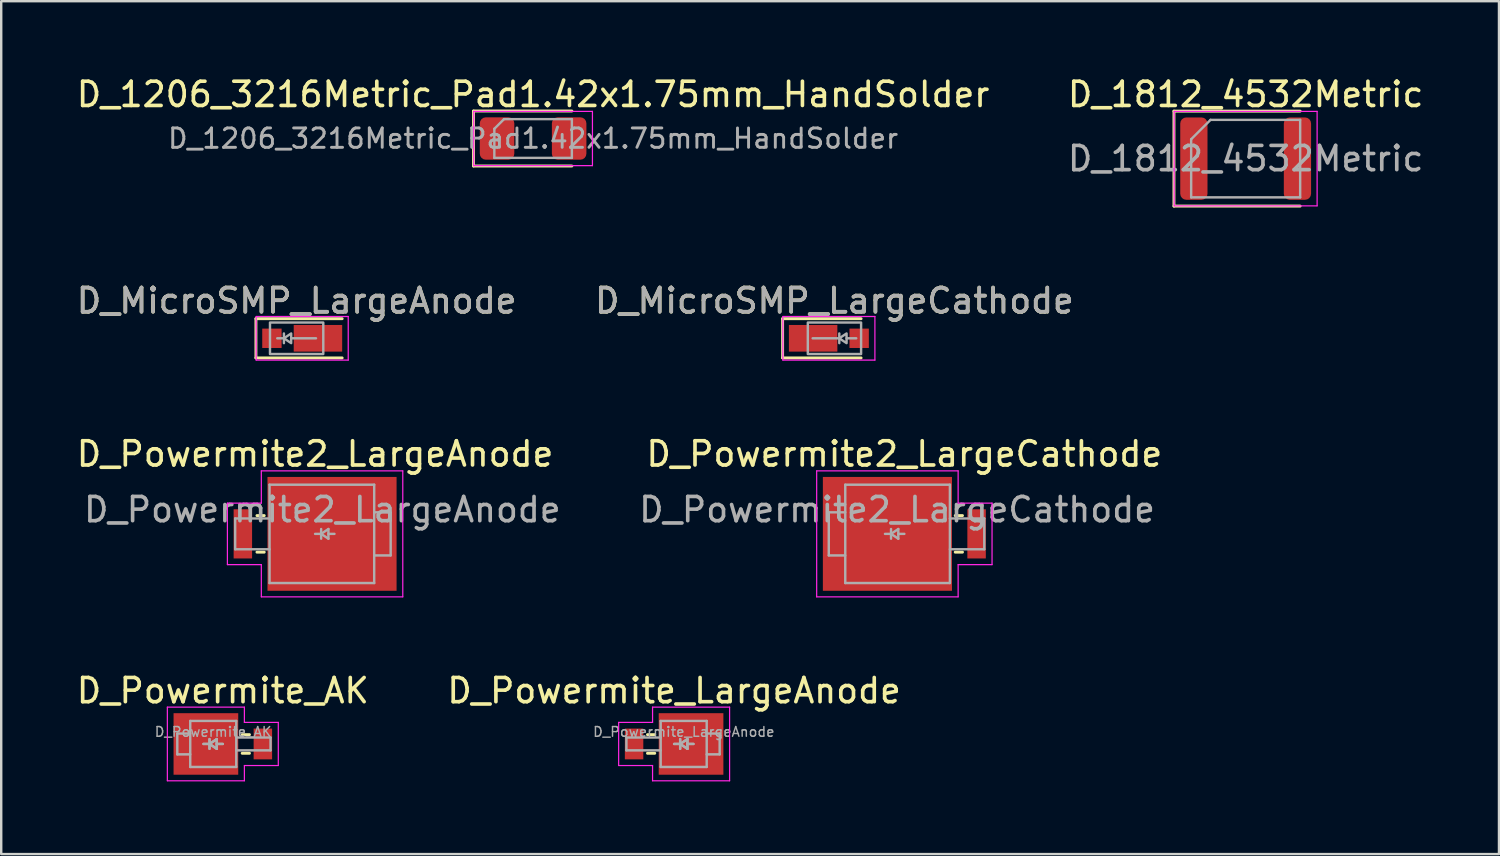
<source format=kicad_pcb>
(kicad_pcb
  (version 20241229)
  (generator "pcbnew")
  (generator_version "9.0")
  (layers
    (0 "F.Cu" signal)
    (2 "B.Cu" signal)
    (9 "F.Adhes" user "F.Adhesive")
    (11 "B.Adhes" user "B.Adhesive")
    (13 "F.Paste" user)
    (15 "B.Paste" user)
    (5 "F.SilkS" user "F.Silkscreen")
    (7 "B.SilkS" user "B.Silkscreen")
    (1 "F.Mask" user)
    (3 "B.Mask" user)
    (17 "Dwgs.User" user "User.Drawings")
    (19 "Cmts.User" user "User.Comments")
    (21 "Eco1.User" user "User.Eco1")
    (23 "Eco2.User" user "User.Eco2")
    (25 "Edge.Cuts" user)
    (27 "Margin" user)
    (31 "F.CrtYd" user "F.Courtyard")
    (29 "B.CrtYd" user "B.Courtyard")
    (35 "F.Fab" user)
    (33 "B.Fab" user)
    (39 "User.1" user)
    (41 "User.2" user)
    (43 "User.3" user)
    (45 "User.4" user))
  (footprint "D_Powermite2_LargeAnode"
    (layer "F.Cu")
    (at 9.958 18.99)
    (property "Reference" "D_Powermite2_LargeAnode" (at 0 -3.3 0) (layer "F.SilkS") (effects (font (size 1 1) (thickness 0.15))))
    (attr smd)
    (fp_line (start -2.4 -0.755) (end -2.1 -0.755) (stroke (width 0.12) (type solid)) (layer "F.SilkS"))
    (fp_line (start -2.4 0.755) (end -2.1 0.755) (stroke (width 0.12) (type solid)) (layer "F.SilkS"))
    (fp_line (start -3.62 -1.27) (end -3.62 1.27) (stroke (width 0.05) (type solid)) (layer "F.CrtYd"))
    (fp_line (start -3.62 1.27) (end -2.22 1.27) (stroke (width 0.05) (type solid)) (layer "F.CrtYd"))
    (fp_line (start -2.22 -2.6) (end -2.22 -1.27) (stroke (width 0.05) (type solid)) (layer "F.CrtYd"))
    (fp_line (start -2.22 -1.27) (end -3.62 -1.27) (stroke (width 0.05) (type solid)) (layer "F.CrtYd"))
    (fp_line (start -2.22 1.27) (end -2.22 2.6) (stroke (width 0.05) (type solid)) (layer "F.CrtYd"))
    (fp_line (start -2.22 2.6) (end 3.62 2.6) (stroke (width 0.05) (type solid)) (layer "F.CrtYd"))
    (fp_line (start 3.62 -2.6) (end -2.22 -2.6) (stroke (width 0.05) (type solid)) (layer "F.CrtYd"))
    (fp_line (start 3.62 2.6) (end 3.62 -2.6) (stroke (width 0.05) (type solid)) (layer "F.CrtYd"))
    (fp_line (start -3.3 -0.635) (end -3.3 0.635) (stroke (width 0.1) (type solid)) (layer "F.Fab"))
    (fp_line (start -3.3 -0.635) (end -1.88 -0.635) (stroke (width 0.1) (type solid)) (layer "F.Fab"))
    (fp_line (start -3.3 0.635) (end -1.88 0.635) (stroke (width 0.1) (type solid)) (layer "F.Fab"))
    (fp_line (start -1.88 -2.03) (end -1.88 2.03) (stroke (width 0.1) (type solid)) (layer "F.Fab"))
    (fp_line (start -1.88 2.03) (end 2.44 2.03) (stroke (width 0.1) (type solid)) (layer "F.Fab"))
    (fp_line (start 0.25 0) (end 0 0) (stroke (width 0.1) (type solid)) (layer "F.Fab"))
    (fp_line (start 0.25 0) (end 0.55 0.2) (stroke (width 0.1) (type solid)) (layer "F.Fab"))
    (fp_line (start 0.25 0.2) (end 0.25 -0.2) (stroke (width 0.1) (type solid)) (layer "F.Fab"))
    (fp_line (start 0.55 -0.2) (end 0.25 0) (stroke (width 0.1) (type solid)) (layer "F.Fab"))
    (fp_line (start 0.55 0) (end 0.8 0) (stroke (width 0.1) (type solid)) (layer "F.Fab"))
    (fp_line (start 0.55 0.2) (end 0.55 -0.2) (stroke (width 0.1) (type solid)) (layer "F.Fab"))
    (fp_line (start 2.44 -2.03) (end -1.88 -2.03) (stroke (width 0.1) (type solid)) (layer "F.Fab"))
    (fp_line (start 2.44 -0.89) (end 3.12 -0.89) (stroke (width 0.1) (type solid)) (layer "F.Fab"))
    (fp_line (start 2.44 2.03) (end 2.44 -2.03) (stroke (width 0.1) (type solid)) (layer "F.Fab"))
    (fp_line (start 3.12 -0.89) (end 3.12 0.89) (stroke (width 0.1) (type solid)) (layer "F.Fab"))
    (fp_line (start 3.12 0.89) (end 2.44 0.89) (stroke (width 0.1) (type solid)) (layer "F.Fab"))
    (fp_text user "${REFERENCE}" (at 0.3 -1 0) (layer "F.Fab") (effects (font (size 1 1) (thickness 0.15))))
    (pad "1" smd rect (at -2.982 0) (size 0.762 2.03) (layers "F.Cu" "F.Mask" "F.Paste"))
    (pad "2" smd rect (at 0.699 0) (size 5.33 4.7) (layers "F.Cu" "F.Mask" "F.Paste")))
  (footprint "D_Powermite_AK"
    (layer "F.Cu")
    (at 6.149 27.663)
    (property "Reference" "D_Powermite_AK" (at 0 -2.2 0) (layer "F.SilkS") (effects (font (size 1 1) (thickness 0.15))))
    (attr smd)
    (fp_line (start 1.1 -0.385) (end 0.8 -0.385) (stroke (width 0.12) (type solid)) (layer "F.SilkS"))
    (fp_line (start 1.1 0.385) (end 0.8 0.385) (stroke (width 0.12) (type solid)) (layer "F.SilkS"))
    (fp_line (start -2.29 -1.52) (end -2.29 1.52) (stroke (width 0.05) (type solid)) (layer "F.CrtYd"))
    (fp_line (start -2.29 1.52) (end 0.89 1.52) (stroke (width 0.05) (type solid)) (layer "F.CrtYd"))
    (fp_line (start 0.89 -1.52) (end -2.29 -1.52) (stroke (width 0.05) (type solid)) (layer "F.CrtYd"))
    (fp_line (start 0.89 -0.89) (end 0.89 -1.52) (stroke (width 0.05) (type solid)) (layer "F.CrtYd"))
    (fp_line (start 0.89 0.89) (end 2.29 0.89) (stroke (width 0.05) (type solid)) (layer "F.CrtYd"))
    (fp_line (start 0.89 1.52) (end 0.89 0.89) (stroke (width 0.05) (type solid)) (layer "F.CrtYd"))
    (fp_line (start 2.29 -0.89) (end 0.89 -0.89) (stroke (width 0.05) (type solid)) (layer "F.CrtYd"))
    (fp_line (start 2.29 0.89) (end 2.29 -0.89) (stroke (width 0.05) (type solid)) (layer "F.CrtYd"))
    (fp_line (start -1.88 -0.43) (end -1.345 -0.43) (stroke (width 0.1) (type solid)) (layer "F.Fab"))
    (fp_line (start -1.88 0.43) (end -1.88 -0.43) (stroke (width 0.1) (type solid)) (layer "F.Fab"))
    (fp_line (start -1.345 -0.95) (end -1.345 0.95) (stroke (width 0.1) (type solid)) (layer "F.Fab"))
    (fp_line (start -1.345 0.43) (end -1.88 0.43) (stroke (width 0.1) (type solid)) (layer "F.Fab"))
    (fp_line (start -1.345 0.95) (end 0.555 0.95) (stroke (width 0.1) (type solid)) (layer "F.Fab"))
    (fp_line (start -0.55 0) (end -0.8 0) (stroke (width 0.1) (type solid)) (layer "F.Fab"))
    (fp_line (start -0.55 0) (end -0.8 0) (stroke (width 0.1) (type solid)) (layer "F.Fab"))
    (fp_line (start -0.55 0) (end -0.25 0.2) (stroke (width 0.1) (type solid)) (layer "F.Fab"))
    (fp_line (start -0.55 0) (end -0.25 0.2) (stroke (width 0.1) (type solid)) (layer "F.Fab"))
    (fp_line (start -0.55 0.2) (end -0.55 -0.2) (stroke (width 0.1) (type solid)) (layer "F.Fab"))
    (fp_line (start -0.55 0.2) (end -0.55 -0.2) (stroke (width 0.1) (type solid)) (layer "F.Fab"))
    (fp_line (start -0.25 -0.2) (end -0.55 0) (stroke (width 0.1) (type solid)) (layer "F.Fab"))
    (fp_line (start -0.25 -0.2) (end -0.55 0) (stroke (width 0.1) (type solid)) (layer "F.Fab"))
    (fp_line (start -0.25 0) (end 0 0) (stroke (width 0.1) (type solid)) (layer "F.Fab"))
    (fp_line (start -0.25 0) (end 0 0) (stroke (width 0.1) (type solid)) (layer "F.Fab"))
    (fp_line (start -0.25 0.2) (end -0.25 -0.2) (stroke (width 0.1) (type solid)) (layer "F.Fab"))
    (fp_line (start -0.25 0.2) (end -0.25 -0.2) (stroke (width 0.1) (type solid)) (layer "F.Fab"))
    (fp_line (start 0.555 -0.95) (end -1.345 -0.95) (stroke (width 0.1) (type solid)) (layer "F.Fab"))
    (fp_line (start 0.555 0.95) (end 0.555 -0.95) (stroke (width 0.1) (type solid)) (layer "F.Fab"))
    (fp_line (start 1.97 -0.265) (end 0.555 -0.265) (stroke (width 0.1) (type solid)) (layer "F.Fab"))
    (fp_line (start 1.97 0.265) (end 0.555 0.265) (stroke (width 0.1) (type solid)) (layer "F.Fab"))
    (fp_line (start 1.97 0.265) (end 1.97 -0.265) (stroke (width 0.1) (type solid)) (layer "F.Fab"))
    (fp_text user "${REFERENCE}" (at -0.4 -0.5 0) (layer "F.Fab") (effects (font (size 0.4 0.4) (thickness 0.06))))
    (pad "1" smd rect (at -0.699 0) (size 2.67 2.54) (layers "F.Cu" "F.Mask" "F.Paste"))
    (pad "2" smd rect (at 1.653 0) (size 0.762 1.27) (layers "F.Cu" "F.Mask" "F.Paste")))
  (footprint "D_Powermite2_LargeCathode"
    (layer "F.Cu")
    (at 34.285 18.99)
    (property "Reference" "D_Powermite2_LargeCathode" (at 0 -3.3 0) (layer "F.SilkS") (effects (font (size 1 1) (thickness 0.15))))
    (attr smd)
    (fp_line (start 2.4 -0.755) (end 2.1 -0.755) (stroke (width 0.12) (type solid)) (layer "F.SilkS"))
    (fp_line (start 2.4 0.755) (end 2.1 0.755) (stroke (width 0.12) (type solid)) (layer "F.SilkS"))
    (fp_line (start -3.62 -2.6) (end -3.62 2.6) (stroke (width 0.05) (type solid)) (layer "F.CrtYd"))
    (fp_line (start -3.62 2.6) (end 2.22 2.6) (stroke (width 0.05) (type solid)) (layer "F.CrtYd"))
    (fp_line (start 2.22 -2.6) (end -3.62 -2.6) (stroke (width 0.05) (type solid)) (layer "F.CrtYd"))
    (fp_line (start 2.22 -1.27) (end 2.22 -2.6) (stroke (width 0.05) (type solid)) (layer "F.CrtYd"))
    (fp_line (start 2.22 1.27) (end 3.62 1.27) (stroke (width 0.05) (type solid)) (layer "F.CrtYd"))
    (fp_line (start 2.22 2.6) (end 2.22 1.27) (stroke (width 0.05) (type solid)) (layer "F.CrtYd"))
    (fp_line (start 3.62 -1.27) (end 2.22 -1.27) (stroke (width 0.05) (type solid)) (layer "F.CrtYd"))
    (fp_line (start 3.62 1.27) (end 3.62 -1.27) (stroke (width 0.05) (type solid)) (layer "F.CrtYd"))
    (fp_line (start -3.12 -0.89) (end -2.44 -0.89) (stroke (width 0.1) (type solid)) (layer "F.Fab"))
    (fp_line (start -3.12 0.89) (end -3.12 -0.89) (stroke (width 0.1) (type solid)) (layer "F.Fab"))
    (fp_line (start -2.44 -2.03) (end -2.44 2.03) (stroke (width 0.1) (type solid)) (layer "F.Fab"))
    (fp_line (start -2.44 0.89) (end -3.12 0.89) (stroke (width 0.1) (type solid)) (layer "F.Fab"))
    (fp_line (start -2.44 2.03) (end 1.88 2.03) (stroke (width 0.1) (type solid)) (layer "F.Fab"))
    (fp_line (start -0.55 0) (end -0.8 0) (stroke (width 0.1) (type solid)) (layer "F.Fab"))
    (fp_line (start -0.55 0) (end -0.25 0.2) (stroke (width 0.1) (type solid)) (layer "F.Fab"))
    (fp_line (start -0.55 0.2) (end -0.55 -0.2) (stroke (width 0.1) (type solid)) (layer "F.Fab"))
    (fp_line (start -0.25 -0.2) (end -0.55 0) (stroke (width 0.1) (type solid)) (layer "F.Fab"))
    (fp_line (start -0.25 0) (end 0 0) (stroke (width 0.1) (type solid)) (layer "F.Fab"))
    (fp_line (start -0.25 0.2) (end -0.25 -0.2) (stroke (width 0.1) (type solid)) (layer "F.Fab"))
    (fp_line (start 1.88 -2.03) (end -2.44 -2.03) (stroke (width 0.1) (type solid)) (layer "F.Fab"))
    (fp_line (start 1.88 2.03) (end 1.88 -2.03) (stroke (width 0.1) (type solid)) (layer "F.Fab"))
    (fp_line (start 3.3 -0.635) (end 1.88 -0.635) (stroke (width 0.1) (type solid)) (layer "F.Fab"))
    (fp_line (start 3.3 0.635) (end 1.88 0.635) (stroke (width 0.1) (type solid)) (layer "F.Fab"))
    (fp_line (start 3.3 0.635) (end 3.3 -0.635) (stroke (width 0.1) (type solid)) (layer "F.Fab"))
    (fp_text user "${REFERENCE}" (at -0.3 -1 0) (layer "F.Fab") (effects (font (size 1 1) (thickness 0.15))))
    (pad "1" smd rect (at -0.699 0) (size 5.33 4.7) (layers "F.Cu" "F.Mask" "F.Paste"))
    (pad "2" smd rect (at 2.982 0) (size 0.762 2.03) (layers "F.Cu" "F.Mask" "F.Paste")))
  (footprint "D_MicroSMP_LargeCathode"
    (layer "F.Cu")
    (at 31.399 10.916)
    (property "Reference" "D_MicroSMP_LargeCathode" (at 0 -1.55 0) (unlocked yes) (layer "F.SilkS") (effects (font (size 1 1) (thickness 0.15))))
    (attr smd)
    (fp_line (start -2.14 -0.81) (end -2.14 0.81) (stroke (width 0.12) (type solid)) (layer "F.SilkS"))
    (fp_line (start -2.14 -0.81) (end 1.1 -0.81) (stroke (width 0.12) (type solid)) (layer "F.SilkS"))
    (fp_line (start -2.14 0.81) (end 1.1 0.81) (stroke (width 0.12) (type solid)) (layer "F.SilkS"))
    (fp_line (start -2.13 -0.9) (end -2.13 0.9) (stroke (width 0.05) (type solid)) (layer "F.CrtYd"))
    (fp_line (start -2.13 -0.9) (end 1.67 -0.9) (stroke (width 0.05) (type solid)) (layer "F.CrtYd"))
    (fp_line (start -2.13 0.9) (end 1.67 0.9) (stroke (width 0.05) (type solid)) (layer "F.CrtYd"))
    (fp_line (start 1.67 -0.9) (end 1.67 0.9) (stroke (width 0.05) (type solid)) (layer "F.CrtYd"))
    (fp_line (start 0.2 -0.2) (end 0.2 0.2) (stroke (width 0.1) (type solid)) (layer "F.Fab"))
    (fp_line (start 0.2 0) (end -0.9 0) (stroke (width 0.1) (type solid)) (layer "F.Fab"))
    (fp_line (start 0.9 0) (end 0.5 0) (stroke (width 0.1) (type solid)) (layer "F.Fab"))
    (fp_rect (start -1.1 -0.65) (end 1.1 0.65) (stroke (width 0.1) (type solid)) (fill no) (layer "F.Fab"))
    (fp_poly (pts (xy 0.5 0.2) (xy 0.2 0) (xy 0.5 -0.2)) (stroke (width 0.1) (type solid)) (fill no) (layer "F.Fab"))
    (fp_text user "${REFERENCE}" (at 0 -1.55 0) (unlocked yes) (layer "F.Fab") (effects (font (size 1 1) (thickness 0.15))))
    (pad "1" smd rect (at -0.88 0) (size 2 1.1) (layers "F.Cu" "F.Mask" "F.Paste"))
    (pad "2" smd rect (at 1.02 0) (size 0.8 0.8) (layers "F.Cu" "F.Mask" "F.Paste")))
  (footprint "D_1812_4532Metric"
    (layer "F.Cu")
    (at 48.375 3.498)
    (property "Reference" "D_1812_4532Metric" (at 0 -2.65 0) (layer "F.SilkS") (effects (font (size 1 1) (thickness 0.15))))
    (attr smd)
    (fp_line (start -2.96 -1.96) (end -2.96 1.96) (stroke (width 0.12) (type solid)) (layer "F.SilkS"))
    (fp_line (start -2.96 1.96) (end 2.25 1.96) (stroke (width 0.12) (type solid)) (layer "F.SilkS"))
    (fp_line (start 2.25 -1.96) (end -2.96 -1.96) (stroke (width 0.12) (type solid)) (layer "F.SilkS"))
    (fp_line (start -2.95 -1.95) (end 2.95 -1.95) (stroke (width 0.05) (type solid)) (layer "F.CrtYd"))
    (fp_line (start -2.95 1.95) (end -2.95 -1.95) (stroke (width 0.05) (type solid)) (layer "F.CrtYd"))
    (fp_line (start 2.95 -1.95) (end 2.95 1.95) (stroke (width 0.05) (type solid)) (layer "F.CrtYd"))
    (fp_line (start 2.95 1.95) (end -2.95 1.95) (stroke (width 0.05) (type solid)) (layer "F.CrtYd"))
    (fp_line (start -2.25 -0.8) (end -2.25 1.6) (stroke (width 0.1) (type solid)) (layer "F.Fab"))
    (fp_line (start -2.25 1.6) (end 2.25 1.6) (stroke (width 0.1) (type solid)) (layer "F.Fab"))
    (fp_line (start -1.45 -1.6) (end -2.25 -0.8) (stroke (width 0.1) (type solid)) (layer "F.Fab"))
    (fp_line (start 2.25 -1.6) (end -1.45 -1.6) (stroke (width 0.1) (type solid)) (layer "F.Fab"))
    (fp_line (start 2.25 1.6) (end 2.25 -1.6) (stroke (width 0.1) (type solid)) (layer "F.Fab"))
    (fp_text user "${REFERENCE}" (at 0 0 0) (layer "F.Fab") (effects (font (size 1 1) (thickness 0.15))))
    (pad "1" smd roundrect (at -2.138 0) (size 1.125 3.4) (layers "F.Cu" "F.Mask" "F.Paste") (roundrect_rratio 0.222))
    (pad "2" smd roundrect (at 2.138 0) (size 1.125 3.4) (layers "F.Cu" "F.Mask" "F.Paste") (roundrect_rratio 0.222)))
  (footprint "D_Powermite_LargeAnode"
    (layer "F.Cu")
    (at 24.78 27.663)
    (property "Reference" "D_Powermite_LargeAnode" (at 0 -2.2 0) (layer "F.SilkS") (effects (font (size 1 1) (thickness 0.15))))
    (attr smd)
    (fp_line (start -1.1 -0.385) (end -0.8 -0.385) (stroke (width 0.12) (type solid)) (layer "F.SilkS"))
    (fp_line (start -1.1 0.385) (end -0.8 0.385) (stroke (width 0.12) (type solid)) (layer "F.SilkS"))
    (fp_line (start -2.29 -0.89) (end -2.29 0.89) (stroke (width 0.05) (type solid)) (layer "F.CrtYd"))
    (fp_line (start -2.29 0.89) (end -0.89 0.89) (stroke (width 0.05) (type solid)) (layer "F.CrtYd"))
    (fp_line (start -0.89 -1.52) (end -0.89 -0.89) (stroke (width 0.05) (type solid)) (layer "F.CrtYd"))
    (fp_line (start -0.89 -0.89) (end -2.29 -0.89) (stroke (width 0.05) (type solid)) (layer "F.CrtYd"))
    (fp_line (start -0.89 0.89) (end -0.89 1.52) (stroke (width 0.05) (type solid)) (layer "F.CrtYd"))
    (fp_line (start -0.89 1.52) (end 2.29 1.52) (stroke (width 0.05) (type solid)) (layer "F.CrtYd"))
    (fp_line (start 2.29 -1.52) (end -0.89 -1.52) (stroke (width 0.05) (type solid)) (layer "F.CrtYd"))
    (fp_line (start 2.29 1.52) (end 2.29 -1.52) (stroke (width 0.05) (type solid)) (layer "F.CrtYd"))
    (fp_line (start -1.97 -0.265) (end -1.97 0.265) (stroke (width 0.1) (type solid)) (layer "F.Fab"))
    (fp_line (start -1.97 -0.265) (end -0.555 -0.265) (stroke (width 0.1) (type solid)) (layer "F.Fab"))
    (fp_line (start -1.97 0.265) (end -0.555 0.265) (stroke (width 0.1) (type solid)) (layer "F.Fab"))
    (fp_line (start -0.555 -0.95) (end -0.555 0.95) (stroke (width 0.1) (type solid)) (layer "F.Fab"))
    (fp_line (start -0.555 0.95) (end 1.345 0.95) (stroke (width 0.1) (type solid)) (layer "F.Fab"))
    (fp_line (start 0.25 0) (end 0 0) (stroke (width 0.1) (type solid)) (layer "F.Fab"))
    (fp_line (start 0.25 0) (end 0 0) (stroke (width 0.1) (type solid)) (layer "F.Fab"))
    (fp_line (start 0.25 0) (end 0.55 0.2) (stroke (width 0.1) (type solid)) (layer "F.Fab"))
    (fp_line (start 0.25 0) (end 0.55 0.2) (stroke (width 0.1) (type solid)) (layer "F.Fab"))
    (fp_line (start 0.25 0.2) (end 0.25 -0.2) (stroke (width 0.1) (type solid)) (layer "F.Fab"))
    (fp_line (start 0.25 0.2) (end 0.25 -0.2) (stroke (width 0.1) (type solid)) (layer "F.Fab"))
    (fp_line (start 0.55 -0.2) (end 0.25 0) (stroke (width 0.1) (type solid)) (layer "F.Fab"))
    (fp_line (start 0.55 -0.2) (end 0.25 0) (stroke (width 0.1) (type solid)) (layer "F.Fab"))
    (fp_line (start 0.55 0) (end 0.8 0) (stroke (width 0.1) (type solid)) (layer "F.Fab"))
    (fp_line (start 0.55 0) (end 0.8 0) (stroke (width 0.1) (type solid)) (layer "F.Fab"))
    (fp_line (start 0.55 0.2) (end 0.55 -0.2) (stroke (width 0.1) (type solid)) (layer "F.Fab"))
    (fp_line (start 0.55 0.2) (end 0.55 -0.2) (stroke (width 0.1) (type solid)) (layer "F.Fab"))
    (fp_line (start 1.345 -0.95) (end -0.555 -0.95) (stroke (width 0.1) (type solid)) (layer "F.Fab"))
    (fp_line (start 1.345 -0.43) (end 1.88 -0.43) (stroke (width 0.1) (type solid)) (layer "F.Fab"))
    (fp_line (start 1.345 0.95) (end 1.345 -0.95) (stroke (width 0.1) (type solid)) (layer "F.Fab"))
    (fp_line (start 1.88 -0.43) (end 1.88 0.43) (stroke (width 0.1) (type solid)) (layer "F.Fab"))
    (fp_line (start 1.88 0.43) (end 1.345 0.43) (stroke (width 0.1) (type solid)) (layer "F.Fab"))
    (fp_text user "${REFERENCE}" (at 0.4 -0.5 0) (layer "F.Fab") (effects (font (size 0.4 0.4) (thickness 0.06))))
    (pad "1" smd rect (at -1.653 0) (size 0.762 1.27) (layers "F.Cu" "F.Mask" "F.Paste"))
    (pad "2" smd rect (at 0.699 0) (size 2.67 2.54) (layers "F.Cu" "F.Mask" "F.Paste")))
  (footprint "D_1206_3216Metric_Pad1.42x1.75mm_HandSolder"
    (layer "F.Cu")
    (at 18.958 2.668)
    (property "Reference" "D_1206_3216Metric_Pad1.42x1.75mm_HandSolder" (at 0 -1.82 0) (layer "F.SilkS") (effects (font (size 1 1) (thickness 0.15))))
    (attr smd)
    (fp_line (start -2.46 -1.135) (end -2.46 1.135) (stroke (width 0.12) (type solid)) (layer "F.SilkS"))
    (fp_line (start -2.46 1.135) (end 1.6 1.135) (stroke (width 0.12) (type solid)) (layer "F.SilkS"))
    (fp_line (start 1.6 -1.135) (end -2.46 -1.135) (stroke (width 0.12) (type solid)) (layer "F.SilkS"))
    (fp_line (start -2.45 -1.12) (end 2.45 -1.12) (stroke (width 0.05) (type solid)) (layer "F.CrtYd"))
    (fp_line (start -2.45 1.12) (end -2.45 -1.12) (stroke (width 0.05) (type solid)) (layer "F.CrtYd"))
    (fp_line (start 2.45 -1.12) (end 2.45 1.12) (stroke (width 0.05) (type solid)) (layer "F.CrtYd"))
    (fp_line (start 2.45 1.12) (end -2.45 1.12) (stroke (width 0.05) (type solid)) (layer "F.CrtYd"))
    (fp_line (start -1.6 -0.4) (end -1.6 0.8) (stroke (width 0.1) (type solid)) (layer "F.Fab"))
    (fp_line (start -1.6 0.8) (end 1.6 0.8) (stroke (width 0.1) (type solid)) (layer "F.Fab"))
    (fp_line (start -1.2 -0.8) (end -1.6 -0.4) (stroke (width 0.1) (type solid)) (layer "F.Fab"))
    (fp_line (start 1.6 -0.8) (end -1.2 -0.8) (stroke (width 0.1) (type solid)) (layer "F.Fab"))
    (fp_line (start 1.6 0.8) (end 1.6 -0.8) (stroke (width 0.1) (type solid)) (layer "F.Fab"))
    (fp_text user "${REFERENCE}" (at 0 0 0) (layer "F.Fab") (effects (font (size 0.8 0.8) (thickness 0.12))))
    (pad "1" smd roundrect (at -1.488 0) (size 1.425 1.75) (layers "F.Cu" "F.Mask" "F.Paste") (roundrect_rratio 0.175))
    (pad "2" smd roundrect (at 1.488 0) (size 1.425 1.75) (layers "F.Cu" "F.Mask" "F.Paste") (roundrect_rratio 0.175)))
  (footprint "D_MicroSMP_LargeAnode"
    (layer "F.Cu")
    (at 9.196 10.916)
    (property "Reference" "D_MicroSMP_LargeAnode" (at 0 -1.55 0) (unlocked yes) (layer "F.SilkS") (effects (font (size 1 1) (thickness 0.15))))
    (attr smd)
    (fp_line (start -1.68 -0.81) (end -1.68 0.81) (stroke (width 0.12) (type solid)) (layer "F.SilkS"))
    (fp_line (start -1.68 -0.81) (end 1.88 -0.81) (stroke (width 0.12) (type solid)) (layer "F.SilkS"))
    (fp_line (start -1.68 0.81) (end 1.88 0.81) (stroke (width 0.12) (type solid)) (layer "F.SilkS"))
    (fp_line (start -1.67 -0.9) (end -1.67 0.9) (stroke (width 0.05) (type solid)) (layer "F.CrtYd"))
    (fp_line (start -1.67 -0.9) (end 2.13 -0.9) (stroke (width 0.05) (type solid)) (layer "F.CrtYd"))
    (fp_line (start -1.67 0.9) (end 2.13 0.9) (stroke (width 0.05) (type solid)) (layer "F.CrtYd"))
    (fp_line (start 2.13 -0.9) (end 2.13 0.9) (stroke (width 0.05) (type solid)) (layer "F.CrtYd"))
    (fp_line (start -0.525 -0.2) (end -0.525 0.2) (stroke (width 0.1) (type solid)) (layer "F.Fab"))
    (fp_line (start -0.525 0) (end -0.8 0) (stroke (width 0.1) (type solid)) (layer "F.Fab"))
    (fp_line (start 0.8 0) (end -0.225 0) (stroke (width 0.1) (type solid)) (layer "F.Fab"))
    (fp_rect (start -1.1 -0.65) (end 1.1 0.65) (stroke (width 0.1) (type solid)) (fill no) (layer "F.Fab"))
    (fp_poly (pts (xy -0.225 0.2) (xy -0.525 0) (xy -0.225 -0.2)) (stroke (width 0.1) (type solid)) (fill no) (layer "F.Fab"))
    (fp_text user "${REFERENCE}" (at 0 -1.55 0) (unlocked yes) (layer "F.Fab") (effects (font (size 1 1) (thickness 0.15))))
    (pad "1" smd rect (at -1.02 0) (size 0.8 0.8) (layers "F.Cu" "F.Mask" "F.Paste"))
    (pad "2" smd rect (at 0.88 0) (size 2 1.1) (layers "F.Cu" "F.Mask" "F.Paste")))
  (gr_rect
    (start -3 -3)
    (end 58.833 32.208)
    (stroke (width 0.1) (type default))
    (fill no)
    (layer "Edge.Cuts")))
</source>
